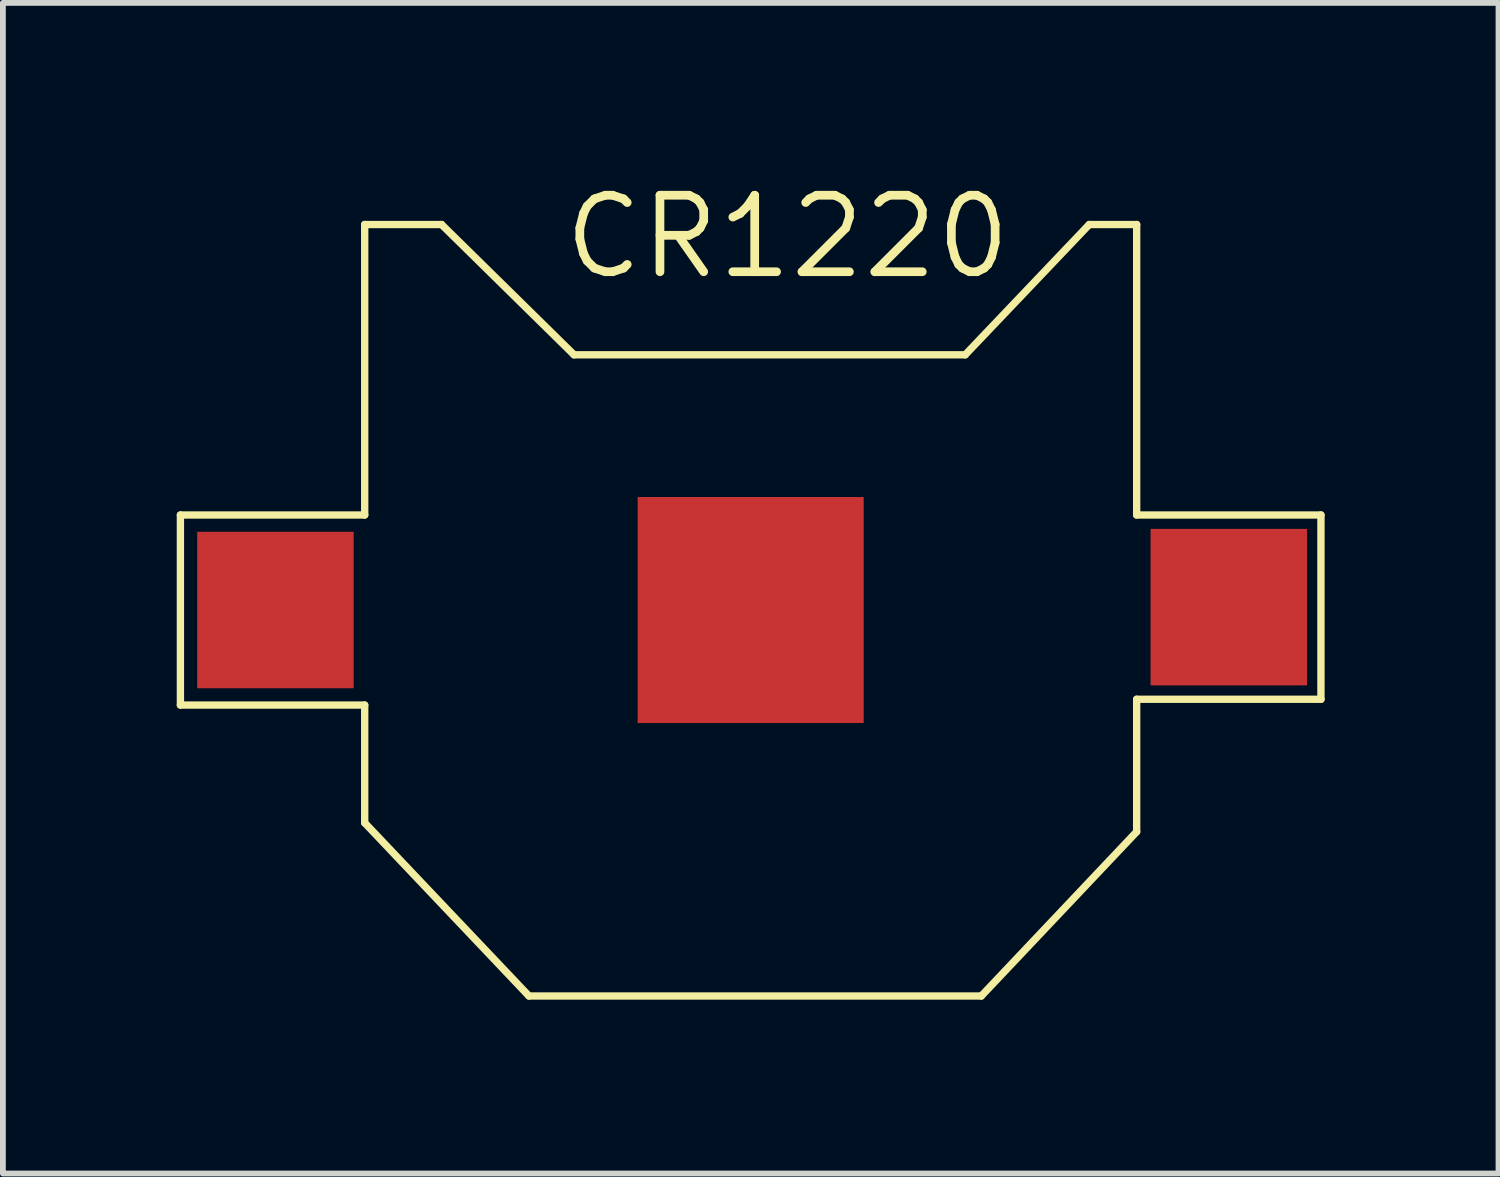
<source format=kicad_pcb>
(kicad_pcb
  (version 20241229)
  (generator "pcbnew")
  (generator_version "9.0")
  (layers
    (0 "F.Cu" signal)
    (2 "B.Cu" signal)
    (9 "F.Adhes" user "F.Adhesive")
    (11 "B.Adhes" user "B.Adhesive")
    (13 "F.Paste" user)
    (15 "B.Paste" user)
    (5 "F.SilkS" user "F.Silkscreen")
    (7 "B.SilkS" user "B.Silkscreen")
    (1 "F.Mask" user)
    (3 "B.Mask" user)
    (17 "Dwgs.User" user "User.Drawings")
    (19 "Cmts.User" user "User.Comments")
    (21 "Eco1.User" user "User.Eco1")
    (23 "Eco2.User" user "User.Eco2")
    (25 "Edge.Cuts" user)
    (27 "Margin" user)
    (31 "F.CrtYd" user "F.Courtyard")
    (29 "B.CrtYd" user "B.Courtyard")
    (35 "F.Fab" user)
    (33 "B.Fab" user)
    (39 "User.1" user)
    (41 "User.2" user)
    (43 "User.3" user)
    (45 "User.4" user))
  (footprint "CR1220"
    (layer "F.Cu")
    (at 9.903 7.476)
    (property "Reference" "CR1220" (at 0.635 -6.44 0) (layer "F.SilkS") (effects (font (size 1.32 1.32) (thickness 0.15))))
    (attr smd)
    (fp_line (start -9.84 -1.64) (end -9.84 1.64) (stroke (width 0.127) (type solid)) (layer "F.SilkS"))
    (fp_line (start -9.84 1.64) (end -6.66 1.64) (stroke (width 0.127) (type solid)) (layer "F.SilkS"))
    (fp_line (start -6.66 -6.652) (end -6.66 -1.64) (stroke (width 0.127) (type solid)) (layer "F.SilkS"))
    (fp_line (start -6.66 -1.64) (end -9.84 -1.64) (stroke (width 0.127) (type solid)) (layer "F.SilkS"))
    (fp_line (start -6.66 1.64) (end -6.66 3.672) (stroke (width 0.127) (type solid)) (layer "F.SilkS"))
    (fp_line (start -6.66 3.672) (end -3.826 6.66) (stroke (width 0.127) (type solid)) (layer "F.SilkS"))
    (fp_line (start -5.334 -6.652) (end -6.66 -6.652) (stroke (width 0.127) (type solid)) (layer "F.SilkS"))
    (fp_line (start -3.826 6.66) (end 3.98 6.66) (stroke (width 0.127) (type solid)) (layer "F.SilkS"))
    (fp_line (start -3.048 -4.404) (end -5.334 -6.652) (stroke (width 0.127) (type solid)) (layer "F.SilkS"))
    (fp_line (start 3.702 -4.404) (end -3.048 -4.404) (stroke (width 0.127) (type solid)) (layer "F.SilkS"))
    (fp_line (start 3.98 6.66) (end 6.66 3.826) (stroke (width 0.127) (type solid)) (layer "F.SilkS"))
    (fp_line (start 5.842 -6.652) (end 3.702 -4.404) (stroke (width 0.127) (type solid)) (layer "F.SilkS"))
    (fp_line (start 6.66 -6.652) (end 5.842 -6.652) (stroke (width 0.127) (type solid)) (layer "F.SilkS"))
    (fp_line (start 6.66 -1.64) (end 6.66 -6.652) (stroke (width 0.127) (type solid)) (layer "F.SilkS"))
    (fp_line (start 6.66 1.54) (end 9.84 1.54) (stroke (width 0.127) (type solid)) (layer "F.SilkS"))
    (fp_line (start 6.66 3.826) (end 6.66 1.54) (stroke (width 0.127) (type solid)) (layer "F.SilkS"))
    (fp_line (start 9.84 -1.64) (end 6.66 -1.64) (stroke (width 0.127) (type solid)) (layer "F.SilkS"))
    (fp_line (start 9.84 1.54) (end 9.84 -1.64) (stroke (width 0.127) (type solid)) (layer "F.SilkS"))
    (pad "" smd rect (at 8.25 -0.05) (size 2.7 2.7) (layers "F.Cu" "F.Mask" "F.Paste"))
    (pad "1" smd rect (at -8.2 0) (size 2.7 2.7) (layers "F.Cu" "F.Mask" "F.Paste"))
    (pad "2" smd rect (at 0 0) (size 3.9 3.9) (layers "F.Cu" "F.Mask" "F.Paste")))
  (gr_rect
    (start -3 -3)
    (end 22.807 17.199)
    (stroke (width 0.1) (type default))
    (fill no)
    (layer "Edge.Cuts")))
</source>
